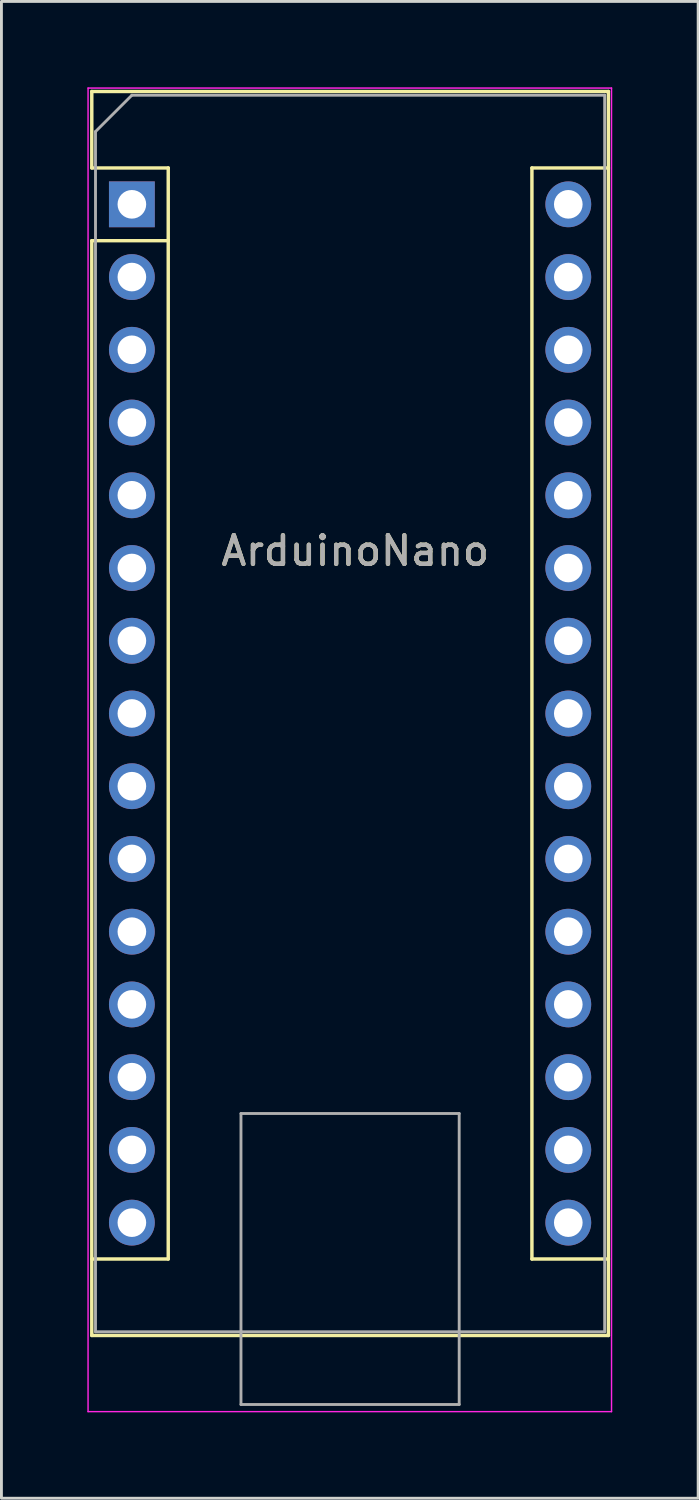
<source format=kicad_pcb>
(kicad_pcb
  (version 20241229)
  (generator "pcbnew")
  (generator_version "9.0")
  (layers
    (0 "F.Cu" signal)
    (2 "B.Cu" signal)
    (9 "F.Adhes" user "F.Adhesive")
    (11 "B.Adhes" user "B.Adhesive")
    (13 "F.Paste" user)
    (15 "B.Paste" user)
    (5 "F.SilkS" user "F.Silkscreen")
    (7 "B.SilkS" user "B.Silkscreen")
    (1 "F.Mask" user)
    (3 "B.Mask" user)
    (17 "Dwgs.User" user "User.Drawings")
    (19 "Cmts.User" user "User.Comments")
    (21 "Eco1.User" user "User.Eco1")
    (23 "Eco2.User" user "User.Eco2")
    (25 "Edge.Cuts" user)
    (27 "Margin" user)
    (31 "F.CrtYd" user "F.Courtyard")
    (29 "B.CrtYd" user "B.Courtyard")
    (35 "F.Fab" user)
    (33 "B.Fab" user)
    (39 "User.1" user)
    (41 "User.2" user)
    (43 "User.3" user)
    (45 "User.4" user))
  (footprint "ArduinoNano"
    (layer "F.Cu")
    (at 1.555 4.085)
    (property "Reference" "ArduinoNano" (at 7.8 12.1 0) (unlocked yes) (layer "F.SilkS") (effects (font (size 1 1) (thickness 0.15))))
    (attr through_hole)
    (fp_line (start -1.4 -3.94) (end -1.4 -1.27) (stroke (width 0.12) (type solid)) (layer "F.SilkS"))
    (fp_line (start -1.4 1.27) (end -1.4 39.5) (stroke (width 0.12) (type solid)) (layer "F.SilkS"))
    (fp_line (start -1.4 39.5) (end 16.64 39.5) (stroke (width 0.12) (type solid)) (layer "F.SilkS"))
    (fp_line (start 1.27 -1.27) (end -1.4 -1.27) (stroke (width 0.12) (type solid)) (layer "F.SilkS"))
    (fp_line (start 1.27 1.27) (end -1.4 1.27) (stroke (width 0.12) (type solid)) (layer "F.SilkS"))
    (fp_line (start 1.27 1.27) (end 1.27 -1.27) (stroke (width 0.12) (type solid)) (layer "F.SilkS"))
    (fp_line (start 1.27 1.27) (end 1.27 36.83) (stroke (width 0.12) (type solid)) (layer "F.SilkS"))
    (fp_line (start 1.27 36.83) (end -1.4 36.83) (stroke (width 0.12) (type solid)) (layer "F.SilkS"))
    (fp_line (start 13.97 -1.27) (end 13.97 36.83) (stroke (width 0.12) (type solid)) (layer "F.SilkS"))
    (fp_line (start 13.97 -1.27) (end 16.64 -1.27) (stroke (width 0.12) (type solid)) (layer "F.SilkS"))
    (fp_line (start 13.97 36.83) (end 16.64 36.83) (stroke (width 0.12) (type solid)) (layer "F.SilkS"))
    (fp_line (start 16.64 -3.94) (end -1.4 -3.94) (stroke (width 0.12) (type solid)) (layer "F.SilkS"))
    (fp_line (start 16.64 39.5) (end 16.64 -3.94) (stroke (width 0.12) (type solid)) (layer "F.SilkS"))
    (fp_line (start -1.53 -4.06) (end -1.53 42.16) (stroke (width 0.05) (type solid)) (layer "F.CrtYd"))
    (fp_line (start -1.53 -4.06) (end 16.75 -4.06) (stroke (width 0.05) (type solid)) (layer "F.CrtYd"))
    (fp_line (start 16.75 42.16) (end -1.53 42.16) (stroke (width 0.05) (type solid)) (layer "F.CrtYd"))
    (fp_line (start 16.75 42.16) (end 16.75 -4.06) (stroke (width 0.05) (type solid)) (layer "F.CrtYd"))
    (fp_line (start -1.27 -2.54) (end 0 -3.81) (stroke (width 0.1) (type solid)) (layer "F.Fab"))
    (fp_line (start -1.27 39.37) (end -1.27 -2.54) (stroke (width 0.1) (type solid)) (layer "F.Fab"))
    (fp_line (start 0 -3.81) (end 16.51 -3.81) (stroke (width 0.1) (type solid)) (layer "F.Fab"))
    (fp_line (start 3.81 31.75) (end 11.43 31.75) (stroke (width 0.1) (type solid)) (layer "F.Fab"))
    (fp_line (start 3.81 41.91) (end 3.81 31.75) (stroke (width 0.1) (type solid)) (layer "F.Fab"))
    (fp_line (start 11.43 31.75) (end 11.43 41.91) (stroke (width 0.1) (type solid)) (layer "F.Fab"))
    (fp_line (start 11.43 41.91) (end 3.81 41.91) (stroke (width 0.1) (type solid)) (layer "F.Fab"))
    (fp_line (start 16.51 -3.81) (end 16.51 39.37) (stroke (width 0.1) (type solid)) (layer "F.Fab"))
    (fp_line (start 16.51 39.37) (end -1.27 39.37) (stroke (width 0.1) (type solid)) (layer "F.Fab"))
    (fp_text user "${REFERENCE}" (at 7.8 12.1 0) (unlocked yes) (layer "F.Fab") (effects (font (size 1 1) (thickness 0.15))))
    (pad "1" thru_hole rect (at 0 0) (size 1.6 1.6) (drill 1) (layers "*.Cu" "*.Mask"))
    (pad "2" thru_hole oval (at 0 2.54) (size 1.6 1.6) (drill 1) (layers "*.Cu" "*.Mask"))
    (pad "3" thru_hole oval (at 0 5.08) (size 1.6 1.6) (drill 1) (layers "*.Cu" "*.Mask"))
    (pad "4" thru_hole oval (at 0 7.62) (size 1.6 1.6) (drill 1) (layers "*.Cu" "*.Mask"))
    (pad "5" thru_hole oval (at 0 10.16) (size 1.6 1.6) (drill 1) (layers "*.Cu" "*.Mask"))
    (pad "6" thru_hole oval (at 0 12.7) (size 1.6 1.6) (drill 1) (layers "*.Cu" "*.Mask"))
    (pad "7" thru_hole oval (at 0 15.24) (size 1.6 1.6) (drill 1) (layers "*.Cu" "*.Mask"))
    (pad "8" thru_hole oval (at 0 17.78) (size 1.6 1.6) (drill 1) (layers "*.Cu" "*.Mask"))
    (pad "9" thru_hole oval (at 0 20.32) (size 1.6 1.6) (drill 1) (layers "*.Cu" "*.Mask"))
    (pad "10" thru_hole oval (at 0 22.86) (size 1.6 1.6) (drill 1) (layers "*.Cu" "*.Mask"))
    (pad "11" thru_hole oval (at 0 25.4) (size 1.6 1.6) (drill 1) (layers "*.Cu" "*.Mask"))
    (pad "12" thru_hole oval (at 0 27.94) (size 1.6 1.6) (drill 1) (layers "*.Cu" "*.Mask"))
    (pad "13" thru_hole oval (at 0 30.48) (size 1.6 1.6) (drill 1) (layers "*.Cu" "*.Mask"))
    (pad "14" thru_hole oval (at 0 33.02) (size 1.6 1.6) (drill 1) (layers "*.Cu" "*.Mask"))
    (pad "15" thru_hole oval (at 0 35.56) (size 1.6 1.6) (drill 1) (layers "*.Cu" "*.Mask"))
    (pad "16" thru_hole oval (at 15.24 35.56) (size 1.6 1.6) (drill 1) (layers "*.Cu" "*.Mask"))
    (pad "17" thru_hole oval (at 15.24 33.02) (size 1.6 1.6) (drill 1) (layers "*.Cu" "*.Mask"))
    (pad "18" thru_hole oval (at 15.24 30.48) (size 1.6 1.6) (drill 1) (layers "*.Cu" "*.Mask"))
    (pad "19" thru_hole oval (at 15.24 27.94) (size 1.6 1.6) (drill 1) (layers "*.Cu" "*.Mask"))
    (pad "20" thru_hole oval (at 15.24 25.4) (size 1.6 1.6) (drill 1) (layers "*.Cu" "*.Mask"))
    (pad "21" thru_hole oval (at 15.24 22.86) (size 1.6 1.6) (drill 1) (layers "*.Cu" "*.Mask"))
    (pad "22" thru_hole oval (at 15.24 20.32) (size 1.6 1.6) (drill 1) (layers "*.Cu" "*.Mask"))
    (pad "23" thru_hole oval (at 15.24 17.78) (size 1.6 1.6) (drill 1) (layers "*.Cu" "*.Mask"))
    (pad "24" thru_hole oval (at 15.24 15.24) (size 1.6 1.6) (drill 1) (layers "*.Cu" "*.Mask"))
    (pad "25" thru_hole oval (at 15.24 12.7) (size 1.6 1.6) (drill 1) (layers "*.Cu" "*.Mask"))
    (pad "26" thru_hole oval (at 15.24 10.16) (size 1.6 1.6) (drill 1) (layers "*.Cu" "*.Mask"))
    (pad "27" thru_hole oval (at 15.24 7.62) (size 1.6 1.6) (drill 1) (layers "*.Cu" "*.Mask"))
    (pad "28" thru_hole oval (at 15.24 5.08) (size 1.6 1.6) (drill 1) (layers "*.Cu" "*.Mask"))
    (pad "29" thru_hole oval (at 15.24 2.54) (size 1.6 1.6) (drill 1) (layers "*.Cu" "*.Mask"))
    (pad "30" thru_hole oval (at 15.24 0) (size 1.6 1.6) (drill 1) (layers "*.Cu" "*.Mask")))
  (gr_rect
    (start -3 -3)
    (end 21.33 49.27)
    (stroke (width 0.1) (type default))
    (fill no)
    (layer "Edge.Cuts")))
</source>
